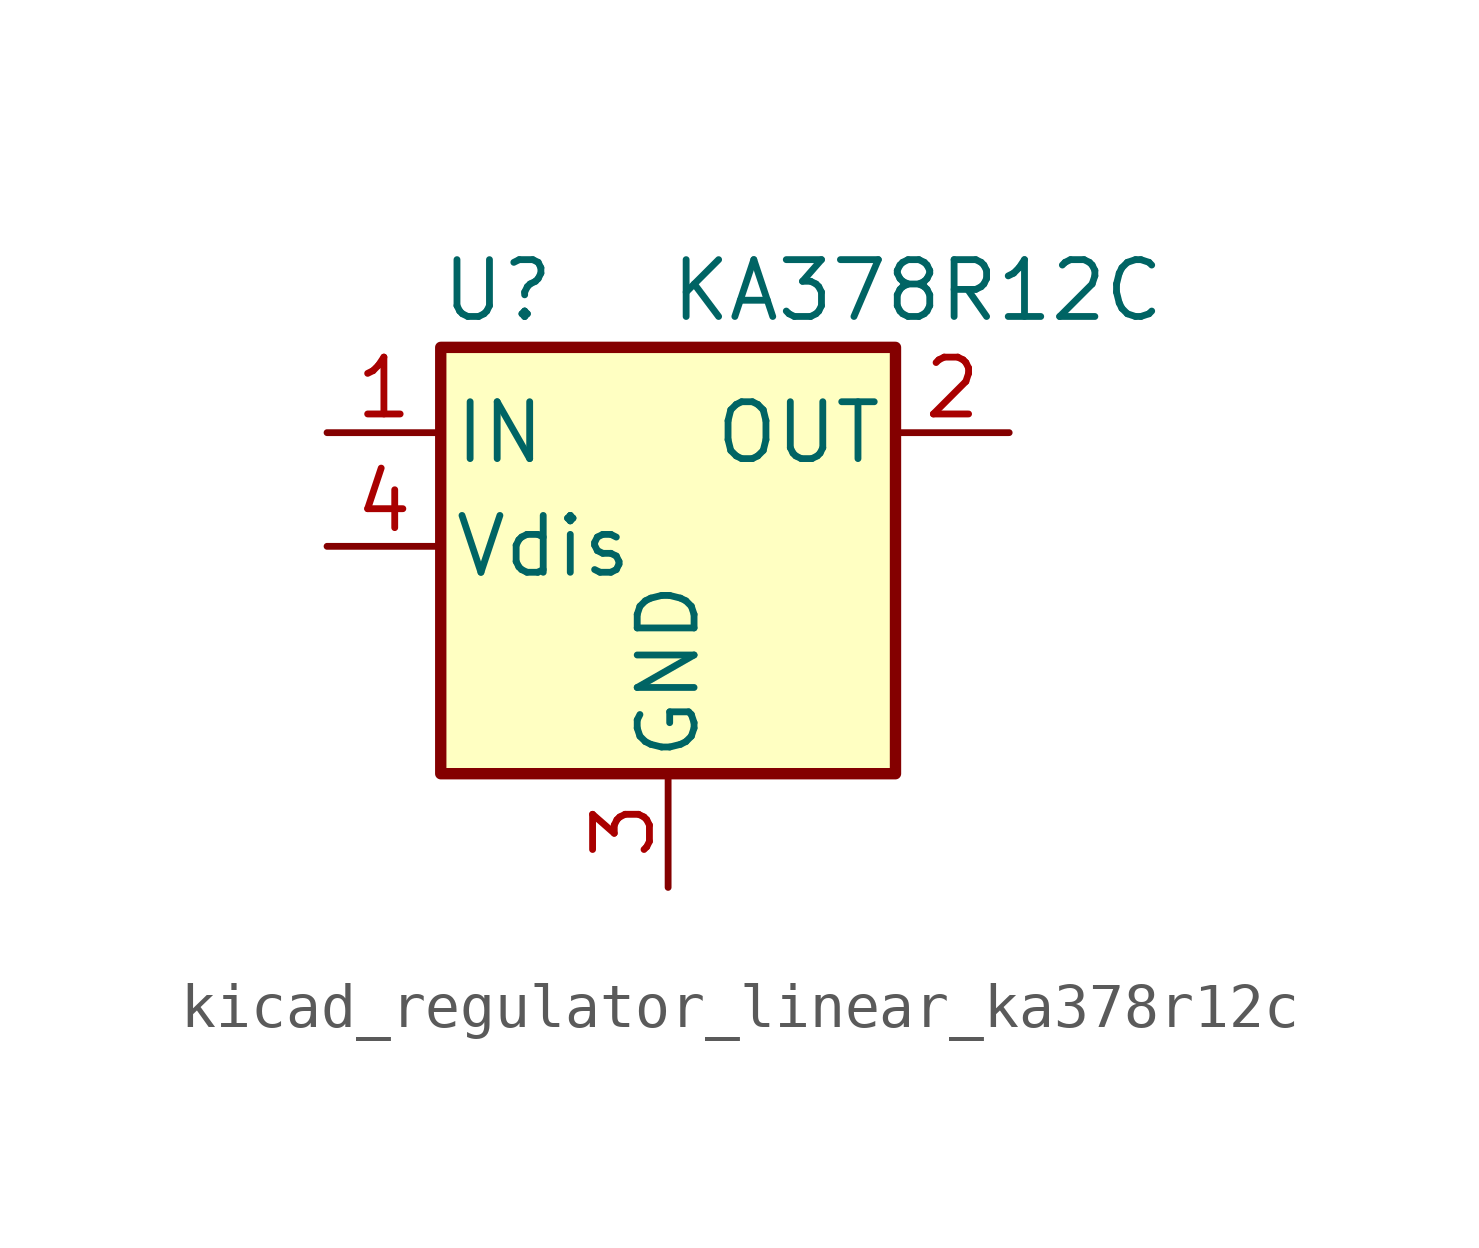
<source format=kicad_sym>
(kicad_symbol_lib
  (version 20220914)
  (generator kicad_symbol_editor)
  (symbol "kicad_regulator_linear_ka378r12c"
    (pin_names
      (offset 0.254))
    (property "Reference" "U"
      (at -3.81 5.715 0)
      (effects (font (size 1.27 1.27))))
    (property "Value" "KA378R12C"
      (at 0 5.715 0)
      (effects (font (size 1.27 1.27)) (justify left)))
    (symbol "kicad_regulator_linear_ka378r12c_0_1"
      (rectangle (start -5.08 4.445) (end 5.08 -5.08) (stroke (width 0.254) (type default)) (fill (type background))))
    (symbol "kicad_regulator_linear_ka378r12c_1_1"
      (pin power_in line (at -7.62 2.54 0) (length 2.54) (name "IN" (effects (font (size 1.27 1.27)))) (number "1" (effects (font (size 1.27 1.27)))))
      (pin power_out line (at 7.62 2.54 180) (length 2.54) (name "OUT" (effects (font (size 1.27 1.27)))) (number "2" (effects (font (size 1.27 1.27)))))
      (pin power_in line (at 0 -7.62 90) (length 2.54) (name "GND" (effects (font (size 1.27 1.27)))) (number "3" (effects (font (size 1.27 1.27)))))
      (pin input line (at -7.62 0 0) (length 2.54) (name "Vdis" (effects (font (size 1.27 1.27)))) (number "4" (effects (font (size 1.27 1.27))))))))
</source>
